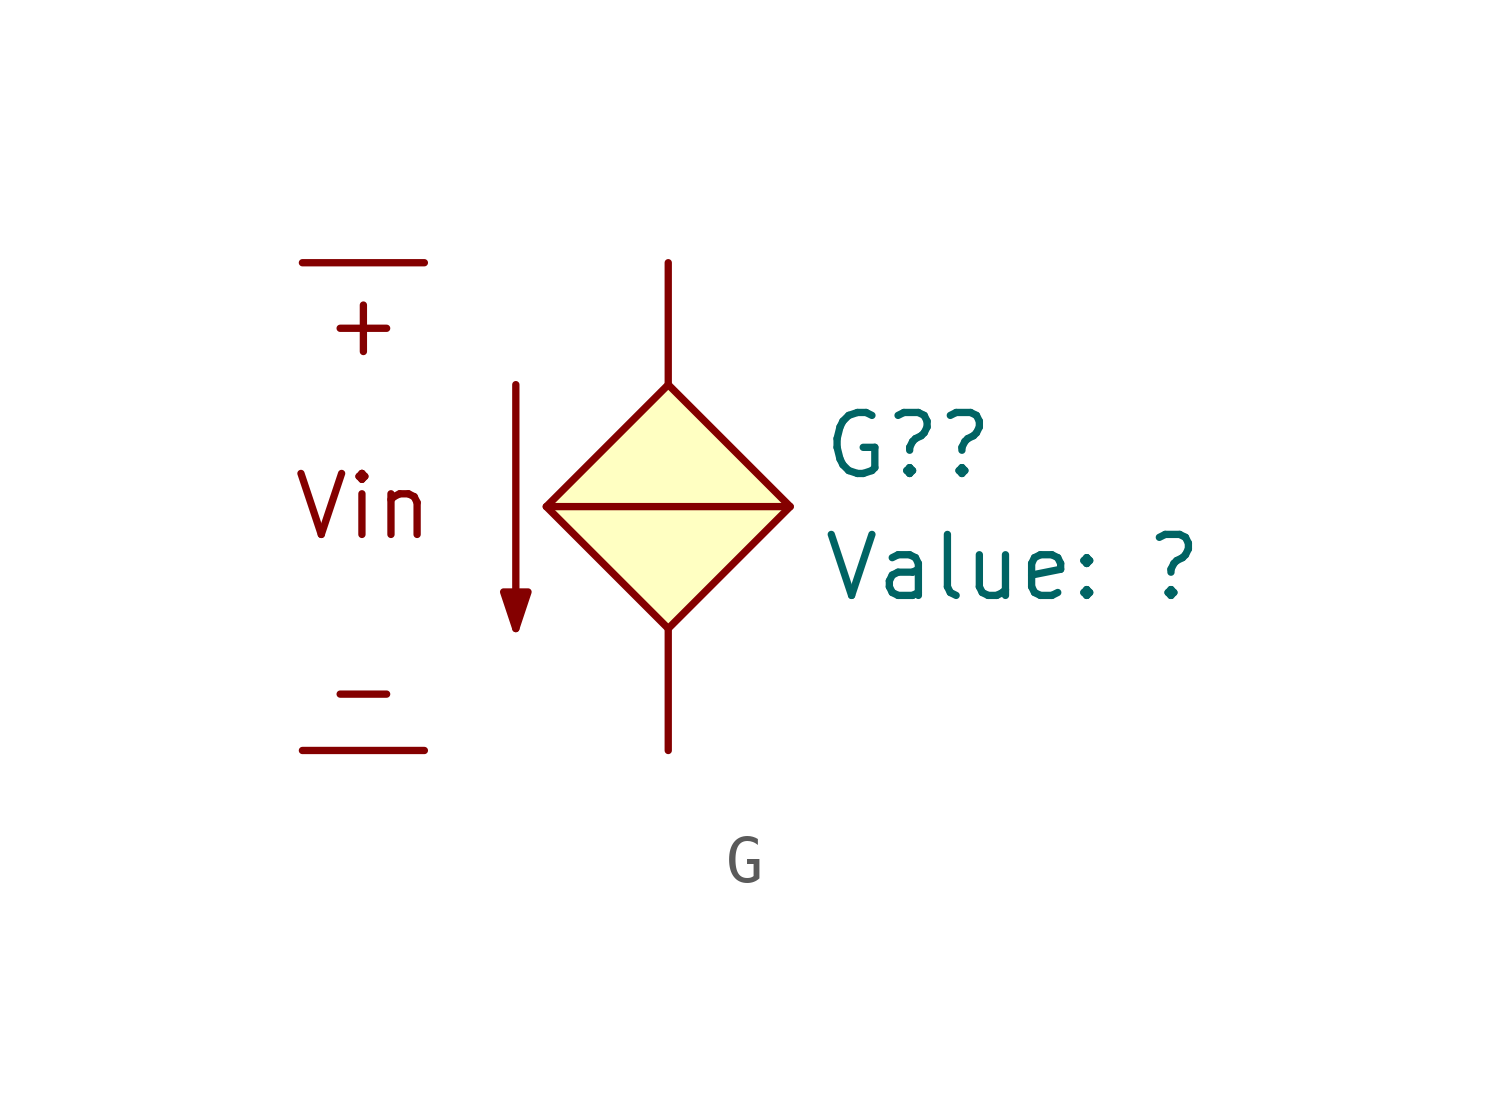
<source format=kicad_sym>
(kicad_symbol_lib
  (version 20231120)
  (generator "kicad_symbol_editor")
  (generator_version "8.0")
  (symbol "G"
    (pin_numbers hide)
    (pin_names
      (offset 0) hide)
    (property "Reference" "G?"
      (at 3.175 1.27 0)
      (effects (font (size 1.27 1.27)) (justify left)))
    (property "Value" "?"
      (at 3.175 -1.27 0)
      (show_name)
      (effects (font (size 1.27 1.27)) (justify left)))
    (symbol "G_0_0"
      (text "+" (at -6.35 3.81 0) (effects (font (size 1.27 1.27))))
      (text "-" (at -6.35 -3.81 0) (effects (font (size 1.27 1.27))))
      (pin power_out line (at 0 5.08 270) (length 2.54) (name "p" (effects (font (size 1.27 1.27)))) (number "1" (effects (font (size 1.27 1.27))))))
    (symbol "G_0_1"
      (polyline (pts (xy -3.175 -2.54) (xy -3.175 2.54)) (stroke (width 0) (type solid)) (fill (type none)))
      (polyline (pts (xy 2.54 0) (xy -2.54 0)) (stroke (width 0) (type solid)) (fill (type none)))
      (polyline (pts (xy -3.175 -2.54) (xy -3.429 -1.778) (xy -2.921 -1.778) (xy -3.175 -2.54)) (stroke (width 0) (type solid)) (fill (type outline))))
    (symbol "G_1_0"
      (pin power_out line (at 0 -5.08 90) (length 2.54) (name "outN" (effects (font (size 1.27 1.27)))) (number "2" (effects (font (size 1.27 1.27))))))
    (symbol "G_1_1"
      (polyline (pts (xy 0 2.54) (xy -2.54 0) (xy 0 -2.54) (xy 2.54 0) (xy 0 2.54)) (stroke (width 0) (type default)) (fill (type background)))
      (text "Vin" (at -6.35 0 0) (effects (font (size 1.27 1.27))))
      (pin input line (at -7.62 5.08 0) (length 2.54) (name "inp" (effects (font (size 1.27 1.27)))) (number "3" (effects (font (size 1.27 1.27)))))
      (pin input line (at -7.62 -5.08 0) (length 2.54) (name "inN" (effects (font (size 1.27 1.27)))) (number "4" (effects (font (size 1.27 1.27))))))))
</source>
